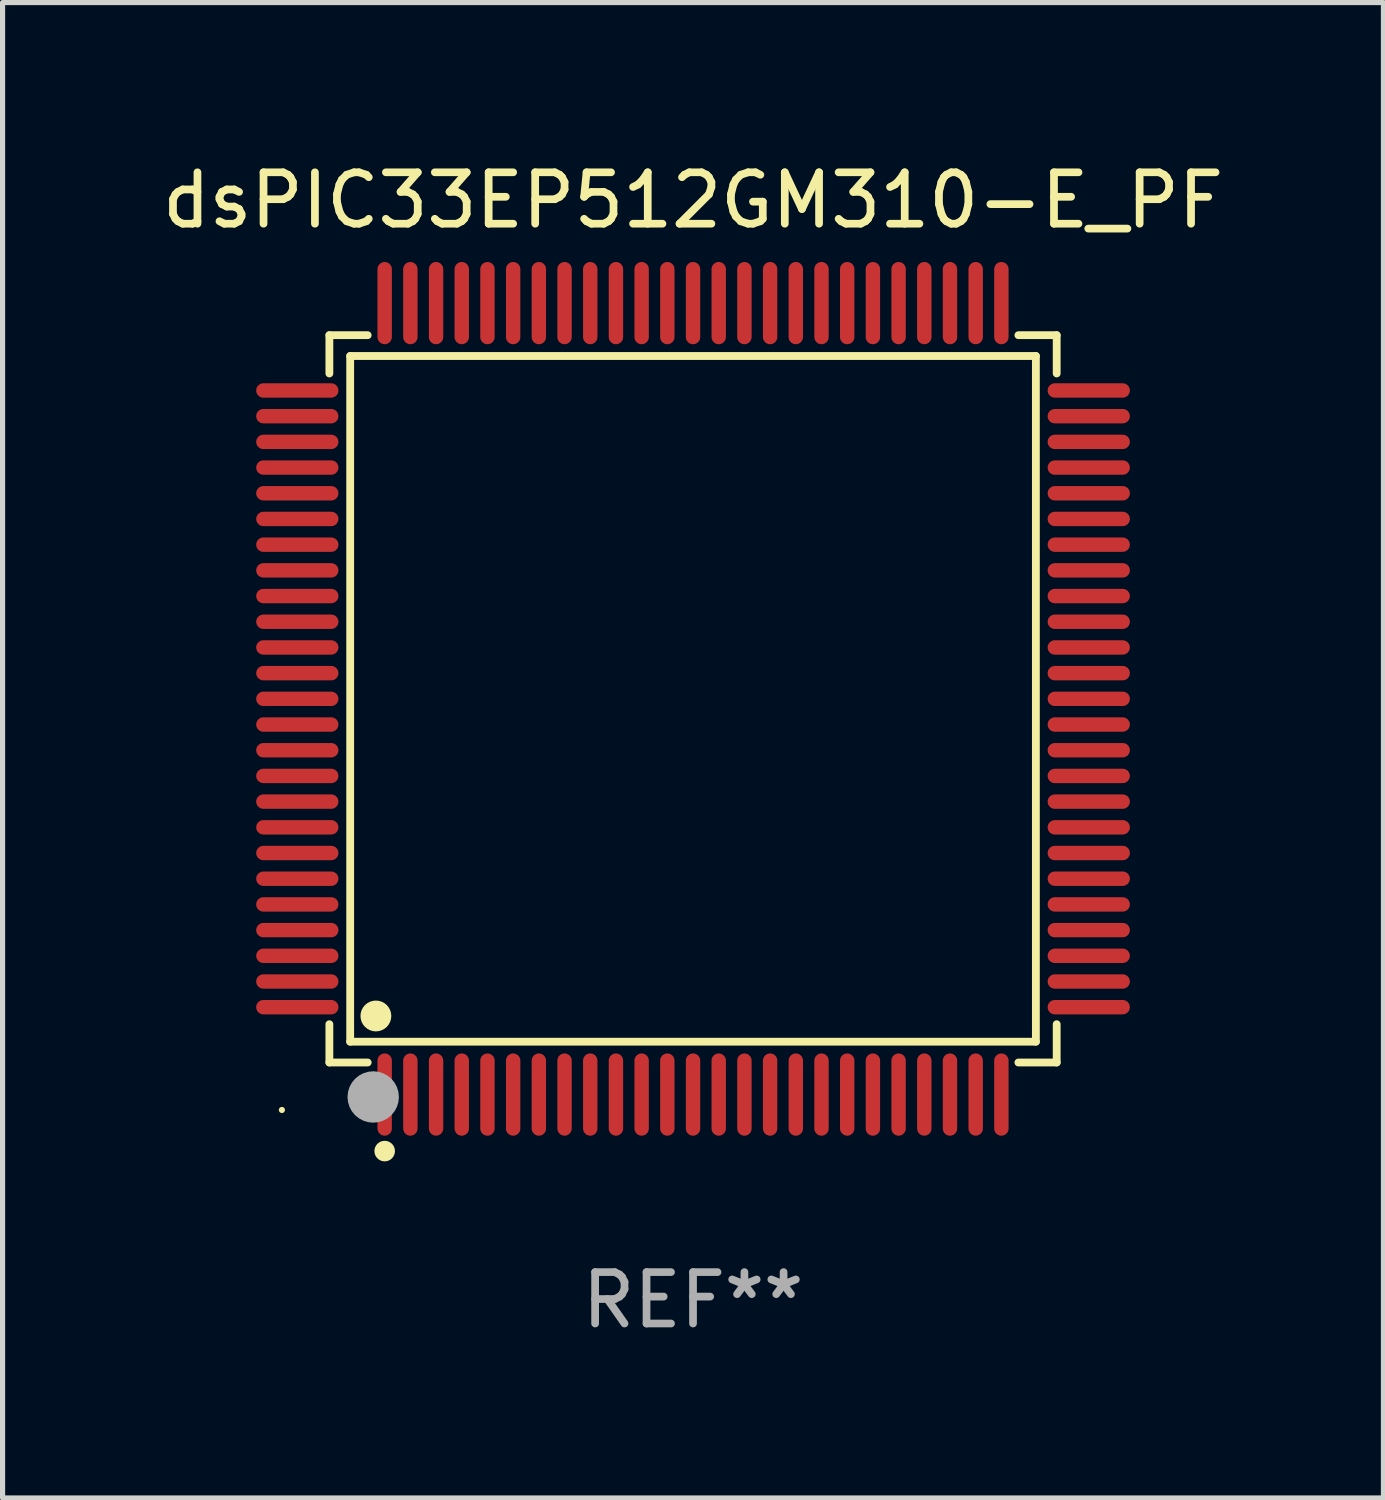
<source format=kicad_pcb>
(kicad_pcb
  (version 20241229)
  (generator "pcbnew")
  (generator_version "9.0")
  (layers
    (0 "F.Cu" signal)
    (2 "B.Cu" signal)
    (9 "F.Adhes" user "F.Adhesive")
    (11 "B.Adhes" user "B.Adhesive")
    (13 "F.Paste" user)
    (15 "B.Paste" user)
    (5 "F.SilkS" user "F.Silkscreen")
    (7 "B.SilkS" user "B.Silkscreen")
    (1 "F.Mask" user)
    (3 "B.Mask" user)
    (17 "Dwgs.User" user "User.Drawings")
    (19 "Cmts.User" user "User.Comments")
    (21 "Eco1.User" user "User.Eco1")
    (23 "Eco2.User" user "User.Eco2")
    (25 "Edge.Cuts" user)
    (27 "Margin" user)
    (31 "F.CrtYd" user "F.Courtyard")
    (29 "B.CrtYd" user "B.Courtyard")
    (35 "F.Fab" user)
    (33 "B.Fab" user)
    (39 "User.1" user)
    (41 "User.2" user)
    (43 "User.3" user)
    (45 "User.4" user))
  (footprint "dsPIC33EP512GM310-E_PF"
    (layer "F.Cu")
    (at 10.435 10.548)
    (property "Reference" "dsPIC33EP512GM310-E_PF" (at 0 -9.7 0) (layer "F.SilkS") (effects (font (size 1 1) (thickness 0.15))))
    (attr through_hole)
    (fp_line (start -7.076 -7.076) (end -6.331 -7.076) (stroke (width 0.152) (type solid)) (layer "F.SilkS"))
    (fp_line (start -7.076 -6.331) (end -7.076 -7.076) (stroke (width 0.152) (type solid)) (layer "F.SilkS"))
    (fp_line (start -7.076 6.331) (end -7.076 7.076) (stroke (width 0.152) (type solid)) (layer "F.SilkS"))
    (fp_line (start -7.076 7.076) (end -6.331 7.076) (stroke (width 0.152) (type solid)) (layer "F.SilkS"))
    (fp_line (start -6.671 -6.671) (end 6.671 -6.671) (stroke (width 0.152) (type solid)) (layer "F.SilkS"))
    (fp_line (start -6.671 6.671) (end -6.671 -6.671) (stroke (width 0.152) (type solid)) (layer "F.SilkS"))
    (fp_line (start 6.671 -6.671) (end 6.671 6.671) (stroke (width 0.152) (type solid)) (layer "F.SilkS"))
    (fp_line (start 6.671 6.671) (end -6.671 6.671) (stroke (width 0.152) (type solid)) (layer "F.SilkS"))
    (fp_line (start 7.076 -7.076) (end 6.331 -7.076) (stroke (width 0.152) (type solid)) (layer "F.SilkS"))
    (fp_line (start 7.076 -6.331) (end 7.076 -7.076) (stroke (width 0.152) (type solid)) (layer "F.SilkS"))
    (fp_line (start 7.076 6.331) (end 7.076 7.076) (stroke (width 0.152) (type solid)) (layer "F.SilkS"))
    (fp_line (start 7.076 7.076) (end 6.331 7.076) (stroke (width 0.152) (type solid)) (layer "F.SilkS"))
    (fp_circle (center -8 8) (end -7.97 8) (stroke (width 0.06) (type solid)) (fill no) (layer "F.SilkS"))
    (fp_circle (center -6.171 6.171) (end -6.021 6.171) (stroke (width 0.3) (type solid)) (fill no) (layer "F.SilkS"))
    (fp_circle (center -6 8.8) (end -5.9 8.8) (stroke (width 0.2) (type solid)) (fill no) (layer "F.SilkS"))
    (fp_circle (center -6.223 7.747) (end -5.973 7.747) (stroke (width 0.5) (type solid)) (fill no) (layer "F.Fab"))
    (fp_text user "REF**" (at 0 11.7 0) (layer "F.Fab") (effects (font (size 1 1) (thickness 0.15))))
    (pad "1" smd oval (at -6 7.7) (size 0.28 1.6) (layers "F.Cu" "F.Mask" "F.Paste"))
    (pad "2" smd oval (at -5.5 7.7) (size 0.28 1.6) (layers "F.Cu" "F.Mask" "F.Paste"))
    (pad "3" smd oval (at -5 7.7) (size 0.28 1.6) (layers "F.Cu" "F.Mask" "F.Paste"))
    (pad "4" smd oval (at -4.5 7.7) (size 0.28 1.6) (layers "F.Cu" "F.Mask" "F.Paste"))
    (pad "5" smd oval (at -4 7.7) (size 0.28 1.6) (layers "F.Cu" "F.Mask" "F.Paste"))
    (pad "6" smd oval (at -3.5 7.7) (size 0.28 1.6) (layers "F.Cu" "F.Mask" "F.Paste"))
    (pad "7" smd oval (at -3 7.7) (size 0.28 1.6) (layers "F.Cu" "F.Mask" "F.Paste"))
    (pad "8" smd oval (at -2.5 7.7) (size 0.28 1.6) (layers "F.Cu" "F.Mask" "F.Paste"))
    (pad "9" smd oval (at -2 7.7) (size 0.28 1.6) (layers "F.Cu" "F.Mask" "F.Paste"))
    (pad "10" smd oval (at -1.5 7.7) (size 0.28 1.6) (layers "F.Cu" "F.Mask" "F.Paste"))
    (pad "11" smd oval (at -1 7.7) (size 0.28 1.6) (layers "F.Cu" "F.Mask" "F.Paste"))
    (pad "12" smd oval (at -0.5 7.7) (size 0.28 1.6) (layers "F.Cu" "F.Mask" "F.Paste"))
    (pad "13" smd oval (at 0 7.7) (size 0.28 1.6) (layers "F.Cu" "F.Mask" "F.Paste"))
    (pad "14" smd oval (at 0.5 7.7) (size 0.28 1.6) (layers "F.Cu" "F.Mask" "F.Paste"))
    (pad "15" smd oval (at 1 7.7) (size 0.28 1.6) (layers "F.Cu" "F.Mask" "F.Paste"))
    (pad "16" smd oval (at 1.5 7.7) (size 0.28 1.6) (layers "F.Cu" "F.Mask" "F.Paste"))
    (pad "17" smd oval (at 2 7.7) (size 0.28 1.6) (layers "F.Cu" "F.Mask" "F.Paste"))
    (pad "18" smd oval (at 2.5 7.7) (size 0.28 1.6) (layers "F.Cu" "F.Mask" "F.Paste"))
    (pad "19" smd oval (at 3 7.7) (size 0.28 1.6) (layers "F.Cu" "F.Mask" "F.Paste"))
    (pad "20" smd oval (at 3.5 7.7) (size 0.28 1.6) (layers "F.Cu" "F.Mask" "F.Paste"))
    (pad "21" smd oval (at 4 7.7) (size 0.28 1.6) (layers "F.Cu" "F.Mask" "F.Paste"))
    (pad "22" smd oval (at 4.5 7.7) (size 0.28 1.6) (layers "F.Cu" "F.Mask" "F.Paste"))
    (pad "23" smd oval (at 5 7.7) (size 0.28 1.6) (layers "F.Cu" "F.Mask" "F.Paste"))
    (pad "24" smd oval (at 5.5 7.7) (size 0.28 1.6) (layers "F.Cu" "F.Mask" "F.Paste"))
    (pad "25" smd oval (at 6 7.7) (size 0.28 1.6) (layers "F.Cu" "F.Mask" "F.Paste"))
    (pad "26" smd oval (at 7.7 6) (size 1.6 0.28) (layers "F.Cu" "F.Mask" "F.Paste"))
    (pad "27" smd oval (at 7.7 5.5) (size 1.6 0.28) (layers "F.Cu" "F.Mask" "F.Paste"))
    (pad "28" smd oval (at 7.7 5) (size 1.6 0.28) (layers "F.Cu" "F.Mask" "F.Paste"))
    (pad "29" smd oval (at 7.7 4.5) (size 1.6 0.28) (layers "F.Cu" "F.Mask" "F.Paste"))
    (pad "30" smd oval (at 7.7 4) (size 1.6 0.28) (layers "F.Cu" "F.Mask" "F.Paste"))
    (pad "31" smd oval (at 7.7 3.5) (size 1.6 0.28) (layers "F.Cu" "F.Mask" "F.Paste"))
    (pad "32" smd oval (at 7.7 3) (size 1.6 0.28) (layers "F.Cu" "F.Mask" "F.Paste"))
    (pad "33" smd oval (at 7.7 2.5) (size 1.6 0.28) (layers "F.Cu" "F.Mask" "F.Paste"))
    (pad "34" smd oval (at 7.7 2) (size 1.6 0.28) (layers "F.Cu" "F.Mask" "F.Paste"))
    (pad "35" smd oval (at 7.7 1.5) (size 1.6 0.28) (layers "F.Cu" "F.Mask" "F.Paste"))
    (pad "36" smd oval (at 7.7 1) (size 1.6 0.28) (layers "F.Cu" "F.Mask" "F.Paste"))
    (pad "37" smd oval (at 7.7 0.5) (size 1.6 0.28) (layers "F.Cu" "F.Mask" "F.Paste"))
    (pad "38" smd oval (at 7.7 0) (size 1.6 0.28) (layers "F.Cu" "F.Mask" "F.Paste"))
    (pad "39" smd oval (at 7.7 -0.5) (size 1.6 0.28) (layers "F.Cu" "F.Mask" "F.Paste"))
    (pad "40" smd oval (at 7.7 -1) (size 1.6 0.28) (layers "F.Cu" "F.Mask" "F.Paste"))
    (pad "41" smd oval (at 7.7 -1.5) (size 1.6 0.28) (layers "F.Cu" "F.Mask" "F.Paste"))
    (pad "42" smd oval (at 7.7 -2) (size 1.6 0.28) (layers "F.Cu" "F.Mask" "F.Paste"))
    (pad "43" smd oval (at 7.7 -2.5) (size 1.6 0.28) (layers "F.Cu" "F.Mask" "F.Paste"))
    (pad "44" smd oval (at 7.7 -3) (size 1.6 0.28) (layers "F.Cu" "F.Mask" "F.Paste"))
    (pad "45" smd oval (at 7.7 -3.5) (size 1.6 0.28) (layers "F.Cu" "F.Mask" "F.Paste"))
    (pad "46" smd oval (at 7.7 -4) (size 1.6 0.28) (layers "F.Cu" "F.Mask" "F.Paste"))
    (pad "47" smd oval (at 7.7 -4.5) (size 1.6 0.28) (layers "F.Cu" "F.Mask" "F.Paste"))
    (pad "48" smd oval (at 7.7 -5) (size 1.6 0.28) (layers "F.Cu" "F.Mask" "F.Paste"))
    (pad "49" smd oval (at 7.7 -5.5) (size 1.6 0.28) (layers "F.Cu" "F.Mask" "F.Paste"))
    (pad "50" smd oval (at 7.7 -6) (size 1.6 0.28) (layers "F.Cu" "F.Mask" "F.Paste"))
    (pad "51" smd oval (at 6 -7.7) (size 0.28 1.6) (layers "F.Cu" "F.Mask" "F.Paste"))
    (pad "52" smd oval (at 5.5 -7.7) (size 0.28 1.6) (layers "F.Cu" "F.Mask" "F.Paste"))
    (pad "53" smd oval (at 5 -7.7) (size 0.28 1.6) (layers "F.Cu" "F.Mask" "F.Paste"))
    (pad "54" smd oval (at 4.5 -7.7) (size 0.28 1.6) (layers "F.Cu" "F.Mask" "F.Paste"))
    (pad "55" smd oval (at 4 -7.7) (size 0.28 1.6) (layers "F.Cu" "F.Mask" "F.Paste"))
    (pad "56" smd oval (at 3.5 -7.7) (size 0.28 1.6) (layers "F.Cu" "F.Mask" "F.Paste"))
    (pad "57" smd oval (at 3 -7.7) (size 0.28 1.6) (layers "F.Cu" "F.Mask" "F.Paste"))
    (pad "58" smd oval (at 2.5 -7.7) (size 0.28 1.6) (layers "F.Cu" "F.Mask" "F.Paste"))
    (pad "59" smd oval (at 2 -7.7) (size 0.28 1.6) (layers "F.Cu" "F.Mask" "F.Paste"))
    (pad "60" smd oval (at 1.5 -7.7) (size 0.28 1.6) (layers "F.Cu" "F.Mask" "F.Paste"))
    (pad "61" smd oval (at 1 -7.7) (size 0.28 1.6) (layers "F.Cu" "F.Mask" "F.Paste"))
    (pad "62" smd oval (at 0.5 -7.7) (size 0.28 1.6) (layers "F.Cu" "F.Mask" "F.Paste"))
    (pad "63" smd oval (at 0 -7.7) (size 0.28 1.6) (layers "F.Cu" "F.Mask" "F.Paste"))
    (pad "64" smd oval (at -0.5 -7.7) (size 0.28 1.6) (layers "F.Cu" "F.Mask" "F.Paste"))
    (pad "65" smd oval (at -1 -7.7) (size 0.28 1.6) (layers "F.Cu" "F.Mask" "F.Paste"))
    (pad "66" smd oval (at -1.5 -7.7) (size 0.28 1.6) (layers "F.Cu" "F.Mask" "F.Paste"))
    (pad "67" smd oval (at -2 -7.7) (size 0.28 1.6) (layers "F.Cu" "F.Mask" "F.Paste"))
    (pad "68" smd oval (at -2.5 -7.7) (size 0.28 1.6) (layers "F.Cu" "F.Mask" "F.Paste"))
    (pad "69" smd oval (at -3 -7.7) (size 0.28 1.6) (layers "F.Cu" "F.Mask" "F.Paste"))
    (pad "70" smd oval (at -3.5 -7.7) (size 0.28 1.6) (layers "F.Cu" "F.Mask" "F.Paste"))
    (pad "71" smd oval (at -4 -7.7) (size 0.28 1.6) (layers "F.Cu" "F.Mask" "F.Paste"))
    (pad "72" smd oval (at -4.5 -7.7) (size 0.28 1.6) (layers "F.Cu" "F.Mask" "F.Paste"))
    (pad "73" smd oval (at -5 -7.7) (size 0.28 1.6) (layers "F.Cu" "F.Mask" "F.Paste"))
    (pad "74" smd oval (at -5.5 -7.7) (size 0.28 1.6) (layers "F.Cu" "F.Mask" "F.Paste"))
    (pad "75" smd oval (at -6 -7.7) (size 0.28 1.6) (layers "F.Cu" "F.Mask" "F.Paste"))
    (pad "76" smd oval (at -7.7 -6) (size 1.6 0.28) (layers "F.Cu" "F.Mask" "F.Paste"))
    (pad "77" smd oval (at -7.7 -5.5) (size 1.6 0.28) (layers "F.Cu" "F.Mask" "F.Paste"))
    (pad "78" smd oval (at -7.7 -5) (size 1.6 0.28) (layers "F.Cu" "F.Mask" "F.Paste"))
    (pad "79" smd oval (at -7.7 -4.5) (size 1.6 0.28) (layers "F.Cu" "F.Mask" "F.Paste"))
    (pad "80" smd oval (at -7.7 -4) (size 1.6 0.28) (layers "F.Cu" "F.Mask" "F.Paste"))
    (pad "81" smd oval (at -7.7 -3.5) (size 1.6 0.28) (layers "F.Cu" "F.Mask" "F.Paste"))
    (pad "82" smd oval (at -7.7 -3) (size 1.6 0.28) (layers "F.Cu" "F.Mask" "F.Paste"))
    (pad "83" smd oval (at -7.7 -2.5) (size 1.6 0.28) (layers "F.Cu" "F.Mask" "F.Paste"))
    (pad "84" smd oval (at -7.7 -2) (size 1.6 0.28) (layers "F.Cu" "F.Mask" "F.Paste"))
    (pad "85" smd oval (at -7.7 -1.5) (size 1.6 0.28) (layers "F.Cu" "F.Mask" "F.Paste"))
    (pad "86" smd oval (at -7.7 -1) (size 1.6 0.28) (layers "F.Cu" "F.Mask" "F.Paste"))
    (pad "87" smd oval (at -7.7 -0.5) (size 1.6 0.28) (layers "F.Cu" "F.Mask" "F.Paste"))
    (pad "88" smd oval (at -7.7 0) (size 1.6 0.28) (layers "F.Cu" "F.Mask" "F.Paste"))
    (pad "89" smd oval (at -7.7 0.5) (size 1.6 0.28) (layers "F.Cu" "F.Mask" "F.Paste"))
    (pad "90" smd oval (at -7.7 1) (size 1.6 0.28) (layers "F.Cu" "F.Mask" "F.Paste"))
    (pad "91" smd oval (at -7.7 1.5) (size 1.6 0.28) (layers "F.Cu" "F.Mask" "F.Paste"))
    (pad "92" smd oval (at -7.7 2) (size 1.6 0.28) (layers "F.Cu" "F.Mask" "F.Paste"))
    (pad "93" smd oval (at -7.7 2.5) (size 1.6 0.28) (layers "F.Cu" "F.Mask" "F.Paste"))
    (pad "94" smd oval (at -7.7 3) (size 1.6 0.28) (layers "F.Cu" "F.Mask" "F.Paste"))
    (pad "95" smd oval (at -7.7 3.5) (size 1.6 0.28) (layers "F.Cu" "F.Mask" "F.Paste"))
    (pad "96" smd oval (at -7.7 4) (size 1.6 0.28) (layers "F.Cu" "F.Mask" "F.Paste"))
    (pad "97" smd oval (at -7.7 4.5) (size 1.6 0.28) (layers "F.Cu" "F.Mask" "F.Paste"))
    (pad "98" smd oval (at -7.7 5) (size 1.6 0.28) (layers "F.Cu" "F.Mask" "F.Paste"))
    (pad "99" smd oval (at -7.7 5.5) (size 1.6 0.28) (layers "F.Cu" "F.Mask" "F.Paste"))
    (pad "100" smd oval (at -7.7 6) (size 1.6 0.28) (layers "F.Cu" "F.Mask" "F.Paste")))
  (gr_rect
    (start -3 -3)
    (end 23.869 26.097)
    (stroke (width 0.1) (type default))
    (fill no)
    (layer "Edge.Cuts")))
</source>
